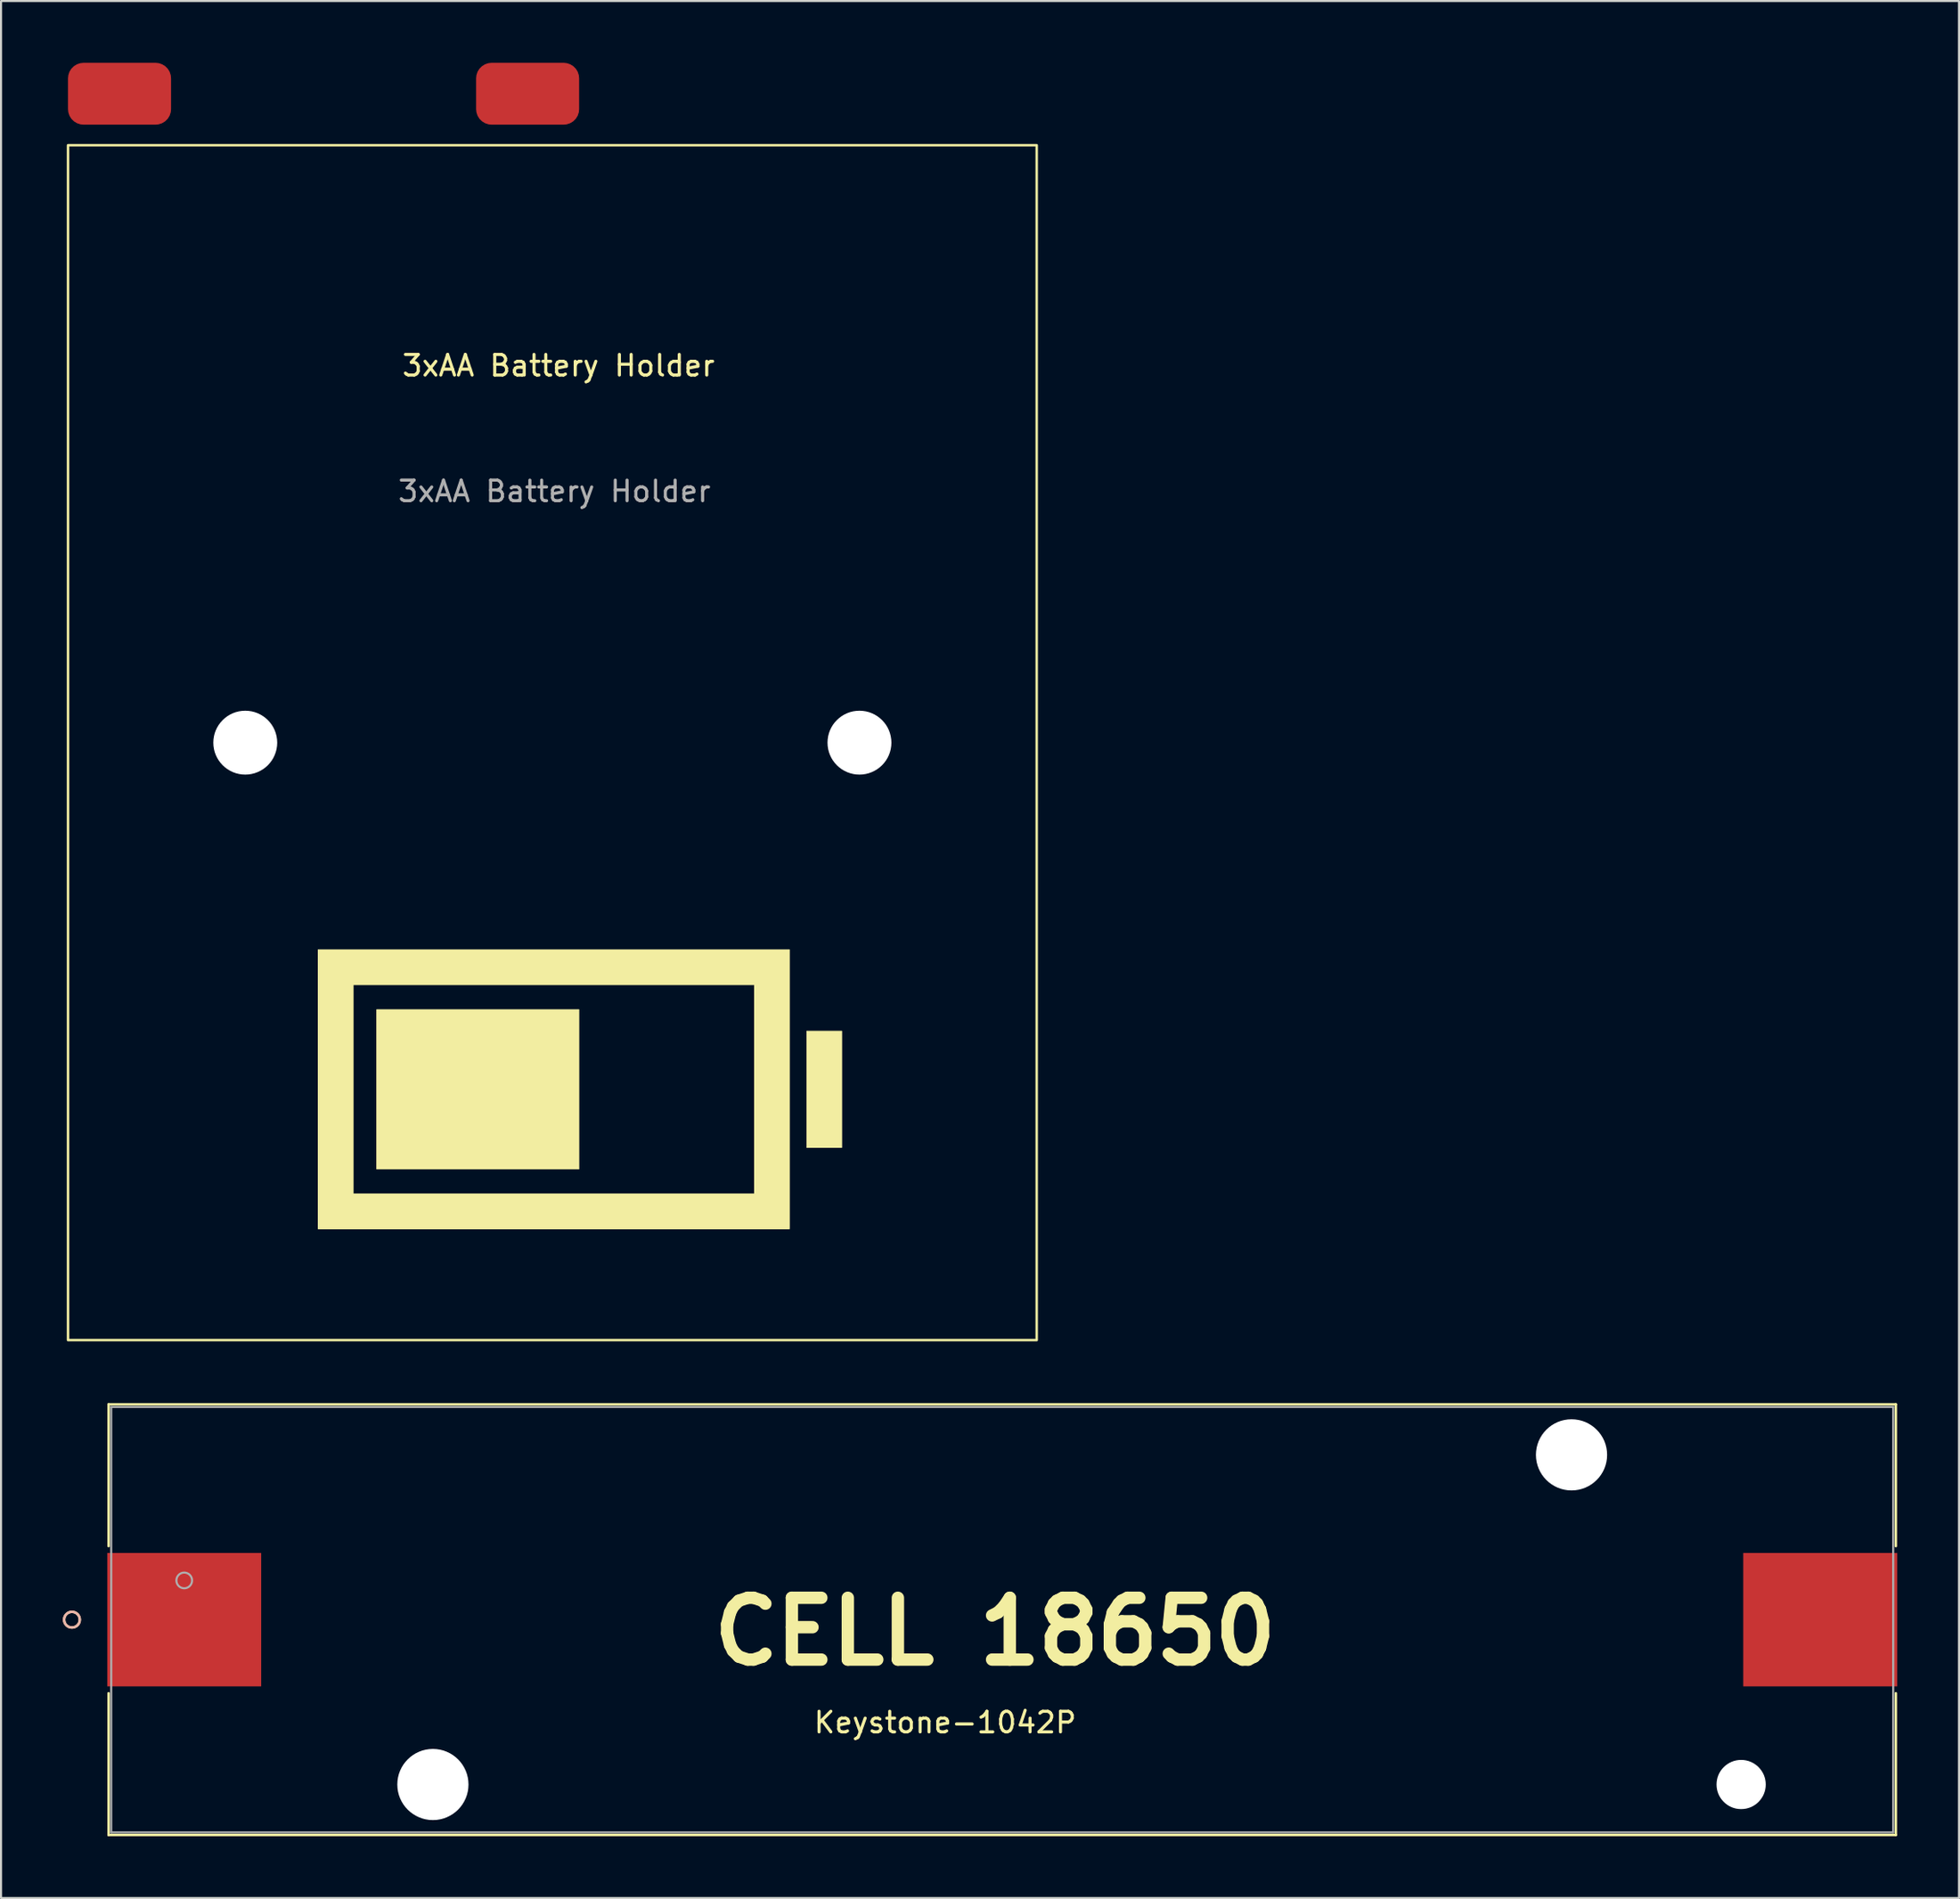
<source format=kicad_pcb>
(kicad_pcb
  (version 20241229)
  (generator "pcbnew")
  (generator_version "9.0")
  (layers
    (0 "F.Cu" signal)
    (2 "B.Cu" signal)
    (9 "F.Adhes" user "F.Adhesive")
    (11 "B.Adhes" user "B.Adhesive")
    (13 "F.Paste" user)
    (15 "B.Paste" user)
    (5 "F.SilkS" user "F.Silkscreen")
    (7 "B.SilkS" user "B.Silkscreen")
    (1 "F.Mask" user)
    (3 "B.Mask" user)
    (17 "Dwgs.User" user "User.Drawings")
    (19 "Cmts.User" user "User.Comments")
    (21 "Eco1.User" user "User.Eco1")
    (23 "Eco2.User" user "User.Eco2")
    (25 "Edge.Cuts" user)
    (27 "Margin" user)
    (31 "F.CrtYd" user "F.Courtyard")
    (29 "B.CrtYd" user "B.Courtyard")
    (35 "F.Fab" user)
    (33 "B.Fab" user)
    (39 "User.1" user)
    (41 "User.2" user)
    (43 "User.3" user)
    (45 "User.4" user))
  (footprint "3xAA Battery Holder"
    (layer "F.Cu")
    (at 0.25 4)
    (property "Reference" "3xAA Battery Holder" (at 23.8 10.7 0) (unlocked yes) (layer "F.SilkS") (effects (font (size 1 1) (thickness 0.15))))
    (attr smd)
    (fp_rect (start 0 0) (end 47 58) (stroke (width 0.12) (type solid)) (fill no) (layer "F.SilkS"))
    (fp_poly (pts (xy 24.787 49.694) (xy 14.981 49.694) (xy 14.981 41.96) (xy 24.787 41.96)) (stroke (width 0.04) (type solid)) (fill yes) (layer "F.SilkS"))
    (fp_poly (pts (xy 37.54 48.649) (xy 35.847 48.649) (xy 35.847 43.005) (xy 37.54 43.005)) (stroke (width 0.04) (type solid)) (fill yes) (layer "F.SilkS"))
    (fp_poly (pts (xy 35 52.6) (xy 12.14 52.6) (xy 12.14 50.907) (xy 13.833 50.907) (xy 33.307 50.907) (xy 33.307 40.747) (xy 13.833 40.747) (xy 13.833 50.907) (xy 12.14 50.907) (xy 12.14 39.053) (xy 35 39.053)) (stroke (width 0.04) (type solid)) (fill yes) (layer "F.SilkS"))
    (fp_text user "${REFERENCE}" (at 23.6 16.8 0) (unlocked yes) (layer "F.Fab") (effects (font (size 1 1) (thickness 0.15))))
    (pad "" np_thru_hole circle (at 8.6 29) (size 3.1 3.1) (drill 3.1) (layers "*.Cu" "*.Mask"))
    (pad "" np_thru_hole circle (at 38.4 29) (size 3.1 3.1) (drill 3.1) (layers "*.Cu" "*.Mask"))
    (pad "1" smd roundrect (at 2.5 -2.5 180) (size 5 3) (layers "F.Cu" "F.Mask" "F.Paste") (roundrect_rratio 0.25))
    (pad "2" smd roundrect (at 22.3 -2.5 180) (size 5 3) (layers "F.Cu" "F.Mask" "F.Paste") (roundrect_rratio 0.25)))
  (footprint "Keystone-1042P"
    (layer "F.Cu")
    (at 42.809 76.462)
    (property "Reference" "Keystone-1042P" (at 0 4.1 0) (unlocked yes) (layer "F.SilkS") (effects (font (size 1 1) (thickness 0.15))))
    (attr smd)
    (fp_line (start -40.59 -11.342) (end -40.59 -4.461) (stroke (width 0.12) (type solid)) (layer "F.SilkS"))
    (fp_line (start -40.59 2.681) (end -40.59 9.562) (stroke (width 0.12) (type solid)) (layer "F.SilkS"))
    (fp_line (start -40.59 9.562) (end 46.125 9.562) (stroke (width 0.12) (type solid)) (layer "F.SilkS"))
    (fp_line (start 46.125 -11.342) (end -40.59 -11.342) (stroke (width 0.12) (type solid)) (layer "F.SilkS"))
    (fp_line (start 46.125 -4.461) (end 46.125 -11.342) (stroke (width 0.12) (type solid)) (layer "F.SilkS"))
    (fp_line (start 46.125 9.562) (end 46.125 2.681) (stroke (width 0.12) (type solid)) (layer "F.SilkS"))
    (fp_circle (center -42.368 -0.89) (end -41.987 -0.89) (stroke (width 0.12) (type solid)) (fill no) (layer "F.SilkS"))
    (fp_circle (center -42.368 -0.89) (end -41.987 -0.89) (stroke (width 0.12) (type solid)) (fill no) (layer "B.SilkS"))
    (fp_line (start -40.463 -11.215) (end -40.463 9.435) (stroke (width 0.1) (type solid)) (layer "F.Fab"))
    (fp_line (start -40.463 9.435) (end 45.998 9.435) (stroke (width 0.1) (type solid)) (layer "F.Fab"))
    (fp_line (start 45.998 -11.215) (end -40.463 -11.215) (stroke (width 0.1) (type solid)) (layer "F.Fab"))
    (fp_line (start 45.998 9.435) (end 45.998 -11.215) (stroke (width 0.1) (type solid)) (layer "F.Fab"))
    (fp_circle (center -36.92 -2.795) (end -36.539 -2.795) (stroke (width 0.1) (type solid)) (fill no) (layer "F.Fab"))
    (fp_text user "CELL 18650" (at 2.42 -0.31 0) (unlocked yes) (layer "F.SilkS") (effects (font (size 3 3) (thickness 0.6))))
    (pad "" np_thru_hole circle (at -24.855 7.111) (size 3.454 3.454) (drill 3.454) (layers "*.Cu" "*.Mask"))
    (pad "" np_thru_hole circle (at 30.39 -8.891) (size 3.454 3.454) (drill 3.454) (layers "*.Cu" "*.Mask"))
    (pad "" np_thru_hole circle (at 38.62 7.111) (size 2.388 2.388) (drill 2.388) (layers "*.Cu" "*.Mask"))
    (pad "1" smd rect (at -36.92 -0.89) (size 7.468 6.477) (layers "F.Cu" "F.Mask" "F.Paste"))
    (pad "2" smd rect (at 42.455 -0.89) (size 7.468 6.477) (layers "F.Cu" "F.Mask" "F.Paste")))
  (gr_rect
    (start -3 -3)
    (end 91.998 89.084)
    (stroke (width 0.1) (type default))
    (fill no)
    (layer "Edge.Cuts")))
</source>
